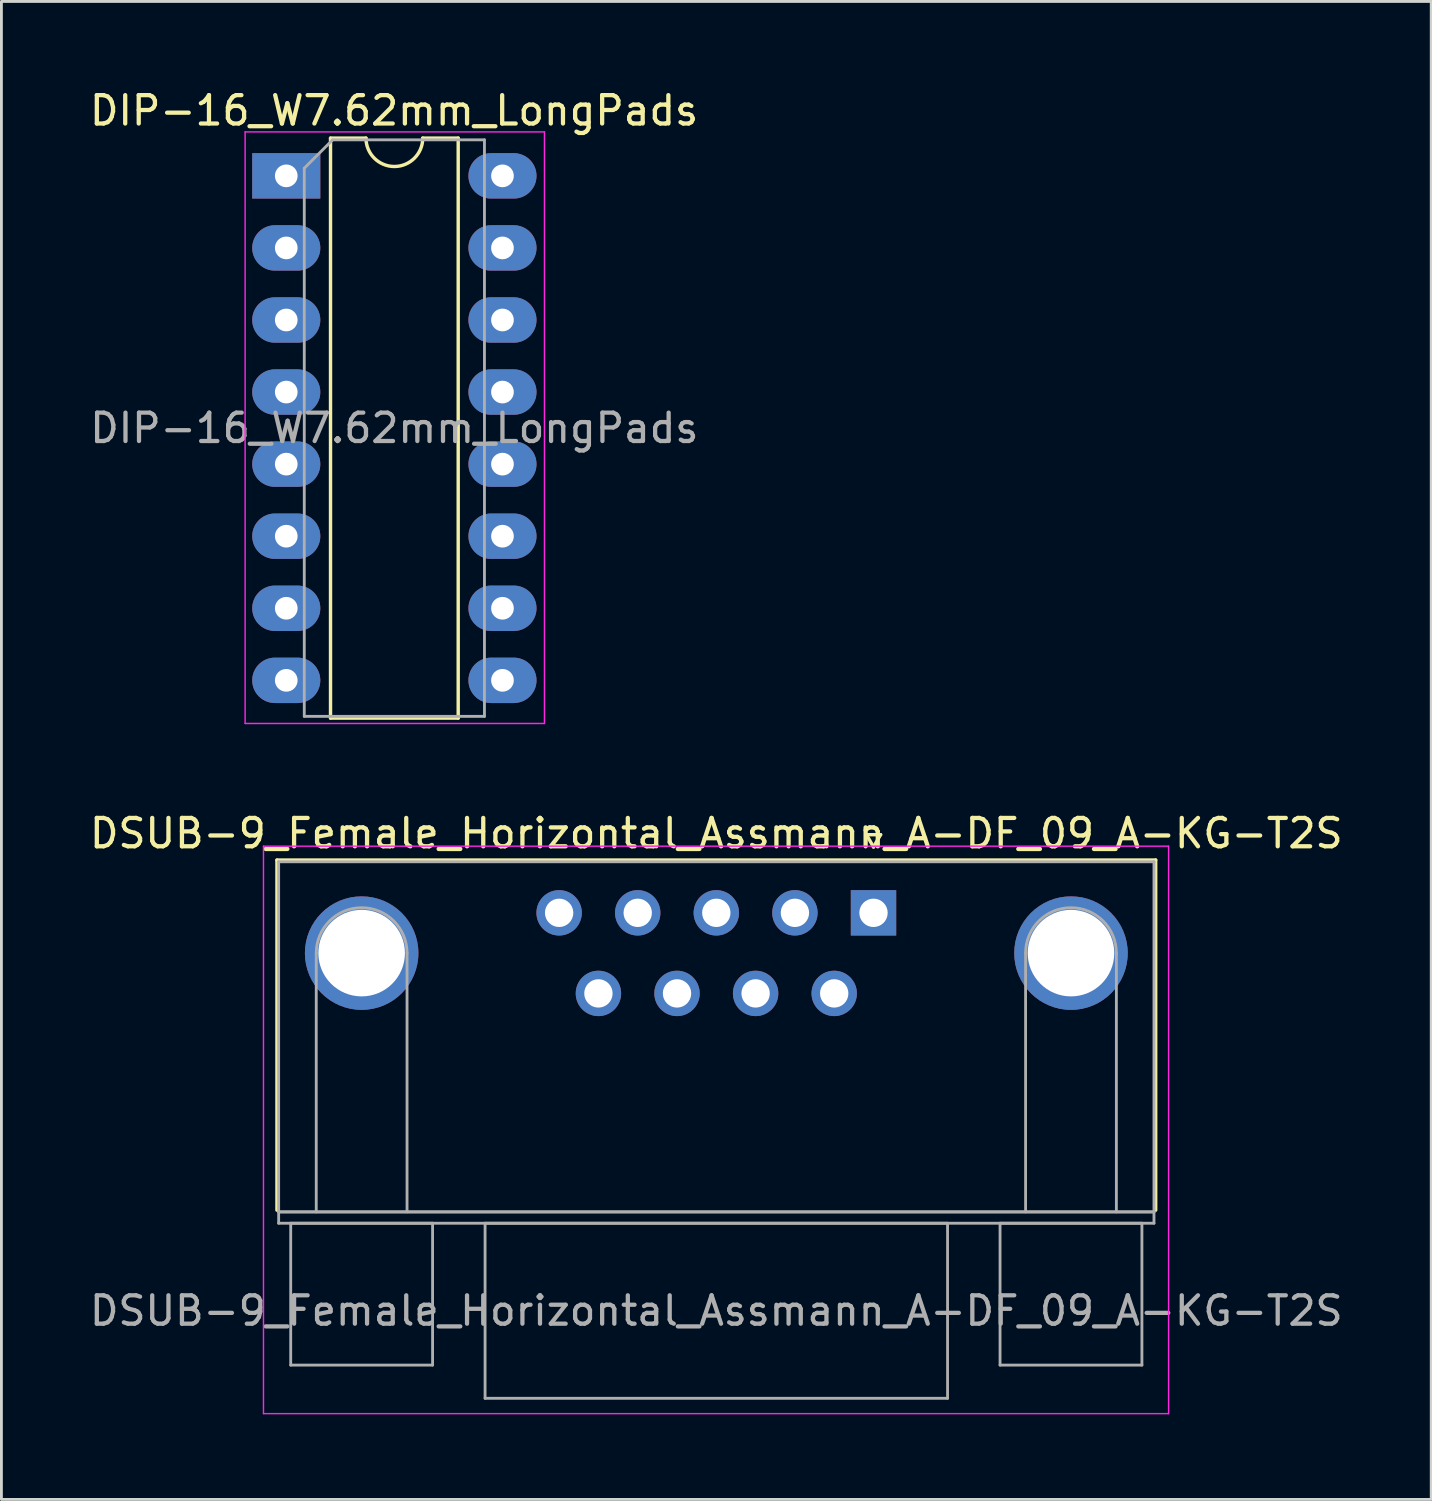
<source format=kicad_pcb>
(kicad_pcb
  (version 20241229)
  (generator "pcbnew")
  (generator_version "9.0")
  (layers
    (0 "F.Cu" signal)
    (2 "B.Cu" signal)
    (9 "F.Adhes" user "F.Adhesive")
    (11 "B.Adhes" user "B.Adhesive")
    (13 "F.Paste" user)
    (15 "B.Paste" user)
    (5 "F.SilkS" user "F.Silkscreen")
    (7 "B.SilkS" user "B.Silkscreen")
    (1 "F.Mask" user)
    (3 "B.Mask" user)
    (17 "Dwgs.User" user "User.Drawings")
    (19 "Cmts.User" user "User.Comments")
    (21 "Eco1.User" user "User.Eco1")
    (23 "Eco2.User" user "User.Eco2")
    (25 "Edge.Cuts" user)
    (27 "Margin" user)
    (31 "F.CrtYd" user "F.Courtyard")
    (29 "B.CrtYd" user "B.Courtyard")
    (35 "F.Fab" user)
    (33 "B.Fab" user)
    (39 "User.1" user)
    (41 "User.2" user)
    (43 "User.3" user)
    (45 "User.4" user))
  (footprint "DIP-16_W7.62mm_LongPads"
    (layer "F.Cu")
    (at 7.039 3.148)
    (property "Reference" "DIP-16_W7.62mm_LongPads" (at 3.8 -2.3 0) (layer "F.SilkS") (effects (font (size 1 1) (thickness 0.15))))
    (attr through_hole)
    (fp_line (start 1.56 -1.33) (end 1.56 19.11) (stroke (width 0.12) (type solid)) (layer "F.SilkS"))
    (fp_line (start 1.56 19.11) (end 6.06 19.11) (stroke (width 0.12) (type solid)) (layer "F.SilkS"))
    (fp_line (start 2.81 -1.33) (end 1.56 -1.33) (stroke (width 0.12) (type solid)) (layer "F.SilkS"))
    (fp_line (start 6.06 -1.33) (end 4.81 -1.33) (stroke (width 0.12) (type solid)) (layer "F.SilkS"))
    (fp_line (start 6.06 19.11) (end 6.06 -1.33) (stroke (width 0.12) (type solid)) (layer "F.SilkS"))
    (fp_arc (start 4.81 -1.33) (mid 3.81 -0.33) (end 2.81 -1.33) (stroke (width 0.12) (type solid)) (layer "F.SilkS"))
    (fp_line (start -1.45 -1.55) (end -1.45 19.3) (stroke (width 0.05) (type solid)) (layer "F.CrtYd"))
    (fp_line (start -1.45 19.3) (end 9.1 19.3) (stroke (width 0.05) (type solid)) (layer "F.CrtYd"))
    (fp_line (start 9.1 -1.55) (end -1.45 -1.55) (stroke (width 0.05) (type solid)) (layer "F.CrtYd"))
    (fp_line (start 9.1 19.3) (end 9.1 -1.55) (stroke (width 0.05) (type solid)) (layer "F.CrtYd"))
    (fp_line (start 0.635 -0.27) (end 1.635 -1.27) (stroke (width 0.1) (type solid)) (layer "F.Fab"))
    (fp_line (start 0.635 19.05) (end 0.635 -0.27) (stroke (width 0.1) (type solid)) (layer "F.Fab"))
    (fp_line (start 1.635 -1.27) (end 6.985 -1.27) (stroke (width 0.1) (type solid)) (layer "F.Fab"))
    (fp_line (start 6.985 -1.27) (end 6.985 19.05) (stroke (width 0.1) (type solid)) (layer "F.Fab"))
    (fp_line (start 6.985 19.05) (end 0.635 19.05) (stroke (width 0.1) (type solid)) (layer "F.Fab"))
    (fp_text user "${REFERENCE}" (at 3.81 8.89 0) (layer "F.Fab") (effects (font (size 1 1) (thickness 0.15))))
    (pad "1" thru_hole rect (at 0 0) (size 2.4 1.6) (drill 0.8) (layers "*.Cu" "*.Mask"))
    (pad "2" thru_hole oval (at 0 2.54) (size 2.4 1.6) (drill 0.8) (layers "*.Cu" "*.Mask"))
    (pad "3" thru_hole oval (at 0 5.08) (size 2.4 1.6) (drill 0.8) (layers "*.Cu" "*.Mask"))
    (pad "4" thru_hole oval (at 0 7.62) (size 2.4 1.6) (drill 0.8) (layers "*.Cu" "*.Mask"))
    (pad "5" thru_hole oval (at 0 10.16) (size 2.4 1.6) (drill 0.8) (layers "*.Cu" "*.Mask"))
    (pad "6" thru_hole oval (at 0 12.7) (size 2.4 1.6) (drill 0.8) (layers "*.Cu" "*.Mask"))
    (pad "7" thru_hole oval (at 0 15.24) (size 2.4 1.6) (drill 0.8) (layers "*.Cu" "*.Mask"))
    (pad "8" thru_hole oval (at 0 17.78) (size 2.4 1.6) (drill 0.8) (layers "*.Cu" "*.Mask"))
    (pad "9" thru_hole oval (at 7.62 17.78) (size 2.4 1.6) (drill 0.8) (layers "*.Cu" "*.Mask"))
    (pad "10" thru_hole oval (at 7.62 15.24) (size 2.4 1.6) (drill 0.8) (layers "*.Cu" "*.Mask"))
    (pad "11" thru_hole oval (at 7.62 12.7) (size 2.4 1.6) (drill 0.8) (layers "*.Cu" "*.Mask"))
    (pad "12" thru_hole oval (at 7.62 10.16) (size 2.4 1.6) (drill 0.8) (layers "*.Cu" "*.Mask"))
    (pad "13" thru_hole oval (at 7.62 7.62) (size 2.4 1.6) (drill 0.8) (layers "*.Cu" "*.Mask"))
    (pad "14" thru_hole oval (at 7.62 5.08) (size 2.4 1.6) (drill 0.8) (layers "*.Cu" "*.Mask"))
    (pad "15" thru_hole oval (at 7.62 2.54) (size 2.4 1.6) (drill 0.8) (layers "*.Cu" "*.Mask"))
    (pad "16" thru_hole oval (at 7.62 0) (size 2.4 1.6) (drill 0.8) (layers "*.Cu" "*.Mask")))
  (footprint "DSUB-9_Female_Horizontal_Assmann_A-DF_09_A-KG-T2S"
    (layer "F.Cu")
    (at 27.736 29.122)
    (property "Reference" "DSUB-9_Female_Horizontal_Assmann_A-DF_09_A-KG-T2S" (at -5.54 -2.8 0) (layer "F.SilkS") (effects (font (size 1 1) (thickness 0.15))))
    (attr through_hole)
    (fp_line (start -21.025 -1.86) (end 9.945 -1.86) (stroke (width 0.12) (type solid)) (layer "F.SilkS"))
    (fp_line (start -21.025 10.48) (end -21.025 -1.86) (stroke (width 0.12) (type solid)) (layer "F.SilkS"))
    (fp_line (start -0.25 -2.754) (end 0.25 -2.754) (stroke (width 0.12) (type solid)) (layer "F.SilkS"))
    (fp_line (start 0 -2.321) (end -0.25 -2.754) (stroke (width 0.12) (type solid)) (layer "F.SilkS"))
    (fp_line (start 0.25 -2.754) (end 0 -2.321) (stroke (width 0.12) (type solid)) (layer "F.SilkS"))
    (fp_line (start 9.945 -1.86) (end 9.945 10.48) (stroke (width 0.12) (type solid)) (layer "F.SilkS"))
    (fp_line (start -21.5 -2.35) (end -21.5 17.65) (stroke (width 0.05) (type solid)) (layer "F.CrtYd"))
    (fp_line (start -21.5 17.65) (end 10.4 17.65) (stroke (width 0.05) (type solid)) (layer "F.CrtYd"))
    (fp_line (start 10.4 -2.35) (end -21.5 -2.35) (stroke (width 0.05) (type solid)) (layer "F.CrtYd"))
    (fp_line (start 10.4 17.65) (end 10.4 -2.35) (stroke (width 0.05) (type solid)) (layer "F.CrtYd"))
    (fp_line (start -20.965 -1.8) (end -20.965 10.54) (stroke (width 0.1) (type solid)) (layer "F.Fab"))
    (fp_line (start -20.965 10.54) (end -20.965 10.94) (stroke (width 0.1) (type solid)) (layer "F.Fab"))
    (fp_line (start -20.965 10.54) (end 9.885 10.54) (stroke (width 0.1) (type solid)) (layer "F.Fab"))
    (fp_line (start -20.965 10.94) (end 9.885 10.94) (stroke (width 0.1) (type solid)) (layer "F.Fab"))
    (fp_line (start -20.54 10.94) (end -20.54 15.94) (stroke (width 0.1) (type solid)) (layer "F.Fab"))
    (fp_line (start -20.54 15.94) (end -15.54 15.94) (stroke (width 0.1) (type solid)) (layer "F.Fab"))
    (fp_line (start -19.64 10.54) (end -19.64 1.42) (stroke (width 0.1) (type solid)) (layer "F.Fab"))
    (fp_line (start -16.44 10.54) (end -16.44 1.42) (stroke (width 0.1) (type solid)) (layer "F.Fab"))
    (fp_line (start -15.54 10.94) (end -20.54 10.94) (stroke (width 0.1) (type solid)) (layer "F.Fab"))
    (fp_line (start -15.54 15.94) (end -15.54 10.94) (stroke (width 0.1) (type solid)) (layer "F.Fab"))
    (fp_line (start -13.69 10.94) (end -13.69 17.11) (stroke (width 0.1) (type solid)) (layer "F.Fab"))
    (fp_line (start -13.69 17.11) (end 2.61 17.11) (stroke (width 0.1) (type solid)) (layer "F.Fab"))
    (fp_line (start 2.61 10.94) (end -13.69 10.94) (stroke (width 0.1) (type solid)) (layer "F.Fab"))
    (fp_line (start 2.61 17.11) (end 2.61 10.94) (stroke (width 0.1) (type solid)) (layer "F.Fab"))
    (fp_line (start 4.46 10.94) (end 4.46 15.94) (stroke (width 0.1) (type solid)) (layer "F.Fab"))
    (fp_line (start 4.46 15.94) (end 9.46 15.94) (stroke (width 0.1) (type solid)) (layer "F.Fab"))
    (fp_line (start 5.36 10.54) (end 5.36 1.42) (stroke (width 0.1) (type solid)) (layer "F.Fab"))
    (fp_line (start 8.56 10.54) (end 8.56 1.42) (stroke (width 0.1) (type solid)) (layer "F.Fab"))
    (fp_line (start 9.46 10.94) (end 4.46 10.94) (stroke (width 0.1) (type solid)) (layer "F.Fab"))
    (fp_line (start 9.46 15.94) (end 9.46 10.94) (stroke (width 0.1) (type solid)) (layer "F.Fab"))
    (fp_line (start 9.885 -1.8) (end -20.965 -1.8) (stroke (width 0.1) (type solid)) (layer "F.Fab"))
    (fp_line (start 9.885 10.54) (end -20.965 10.54) (stroke (width 0.1) (type solid)) (layer "F.Fab"))
    (fp_line (start 9.885 10.54) (end 9.885 -1.8) (stroke (width 0.1) (type solid)) (layer "F.Fab"))
    (fp_line (start 9.885 10.94) (end 9.885 10.54) (stroke (width 0.1) (type solid)) (layer "F.Fab"))
    (fp_arc (start -19.64 1.42) (mid -18.04 -0.18) (end -16.44 1.42) (stroke (width 0.1) (type solid)) (layer "F.Fab"))
    (fp_arc (start 5.36 1.42) (mid 6.96 -0.18) (end 8.56 1.42) (stroke (width 0.1) (type solid)) (layer "F.Fab"))
    (fp_text user "${REFERENCE}" (at -5.54 14.025 0) (layer "F.Fab") (effects (font (size 1 1) (thickness 0.15))))
    (pad "0" thru_hole circle (at -18.04 1.42) (size 4 4) (drill 3.05) (layers "*.Cu" "*.Mask"))
    (pad "0" thru_hole circle (at 6.96 1.42) (size 4 4) (drill 3.05) (layers "*.Cu" "*.Mask"))
    (pad "1" thru_hole rect (at 0 0) (size 1.6 1.6) (drill 1) (layers "*.Cu" "*.Mask"))
    (pad "2" thru_hole circle (at -2.77 0) (size 1.6 1.6) (drill 1) (layers "*.Cu" "*.Mask"))
    (pad "3" thru_hole circle (at -5.54 0) (size 1.6 1.6) (drill 1) (layers "*.Cu" "*.Mask"))
    (pad "4" thru_hole circle (at -8.31 0) (size 1.6 1.6) (drill 1) (layers "*.Cu" "*.Mask"))
    (pad "5" thru_hole circle (at -11.08 0) (size 1.6 1.6) (drill 1) (layers "*.Cu" "*.Mask"))
    (pad "6" thru_hole circle (at -1.385 2.84) (size 1.6 1.6) (drill 1) (layers "*.Cu" "*.Mask"))
    (pad "7" thru_hole circle (at -4.155 2.84) (size 1.6 1.6) (drill 1) (layers "*.Cu" "*.Mask"))
    (pad "8" thru_hole circle (at -6.925 2.84) (size 1.6 1.6) (drill 1) (layers "*.Cu" "*.Mask"))
    (pad "9" thru_hole circle (at -9.695 2.84) (size 1.6 1.6) (drill 1) (layers "*.Cu" "*.Mask")))
  (gr_rect
    (start -3 -3)
    (end 47.393 49.797)
    (stroke (width 0.1) (type default))
    (fill no)
    (layer "Edge.Cuts")))
</source>
